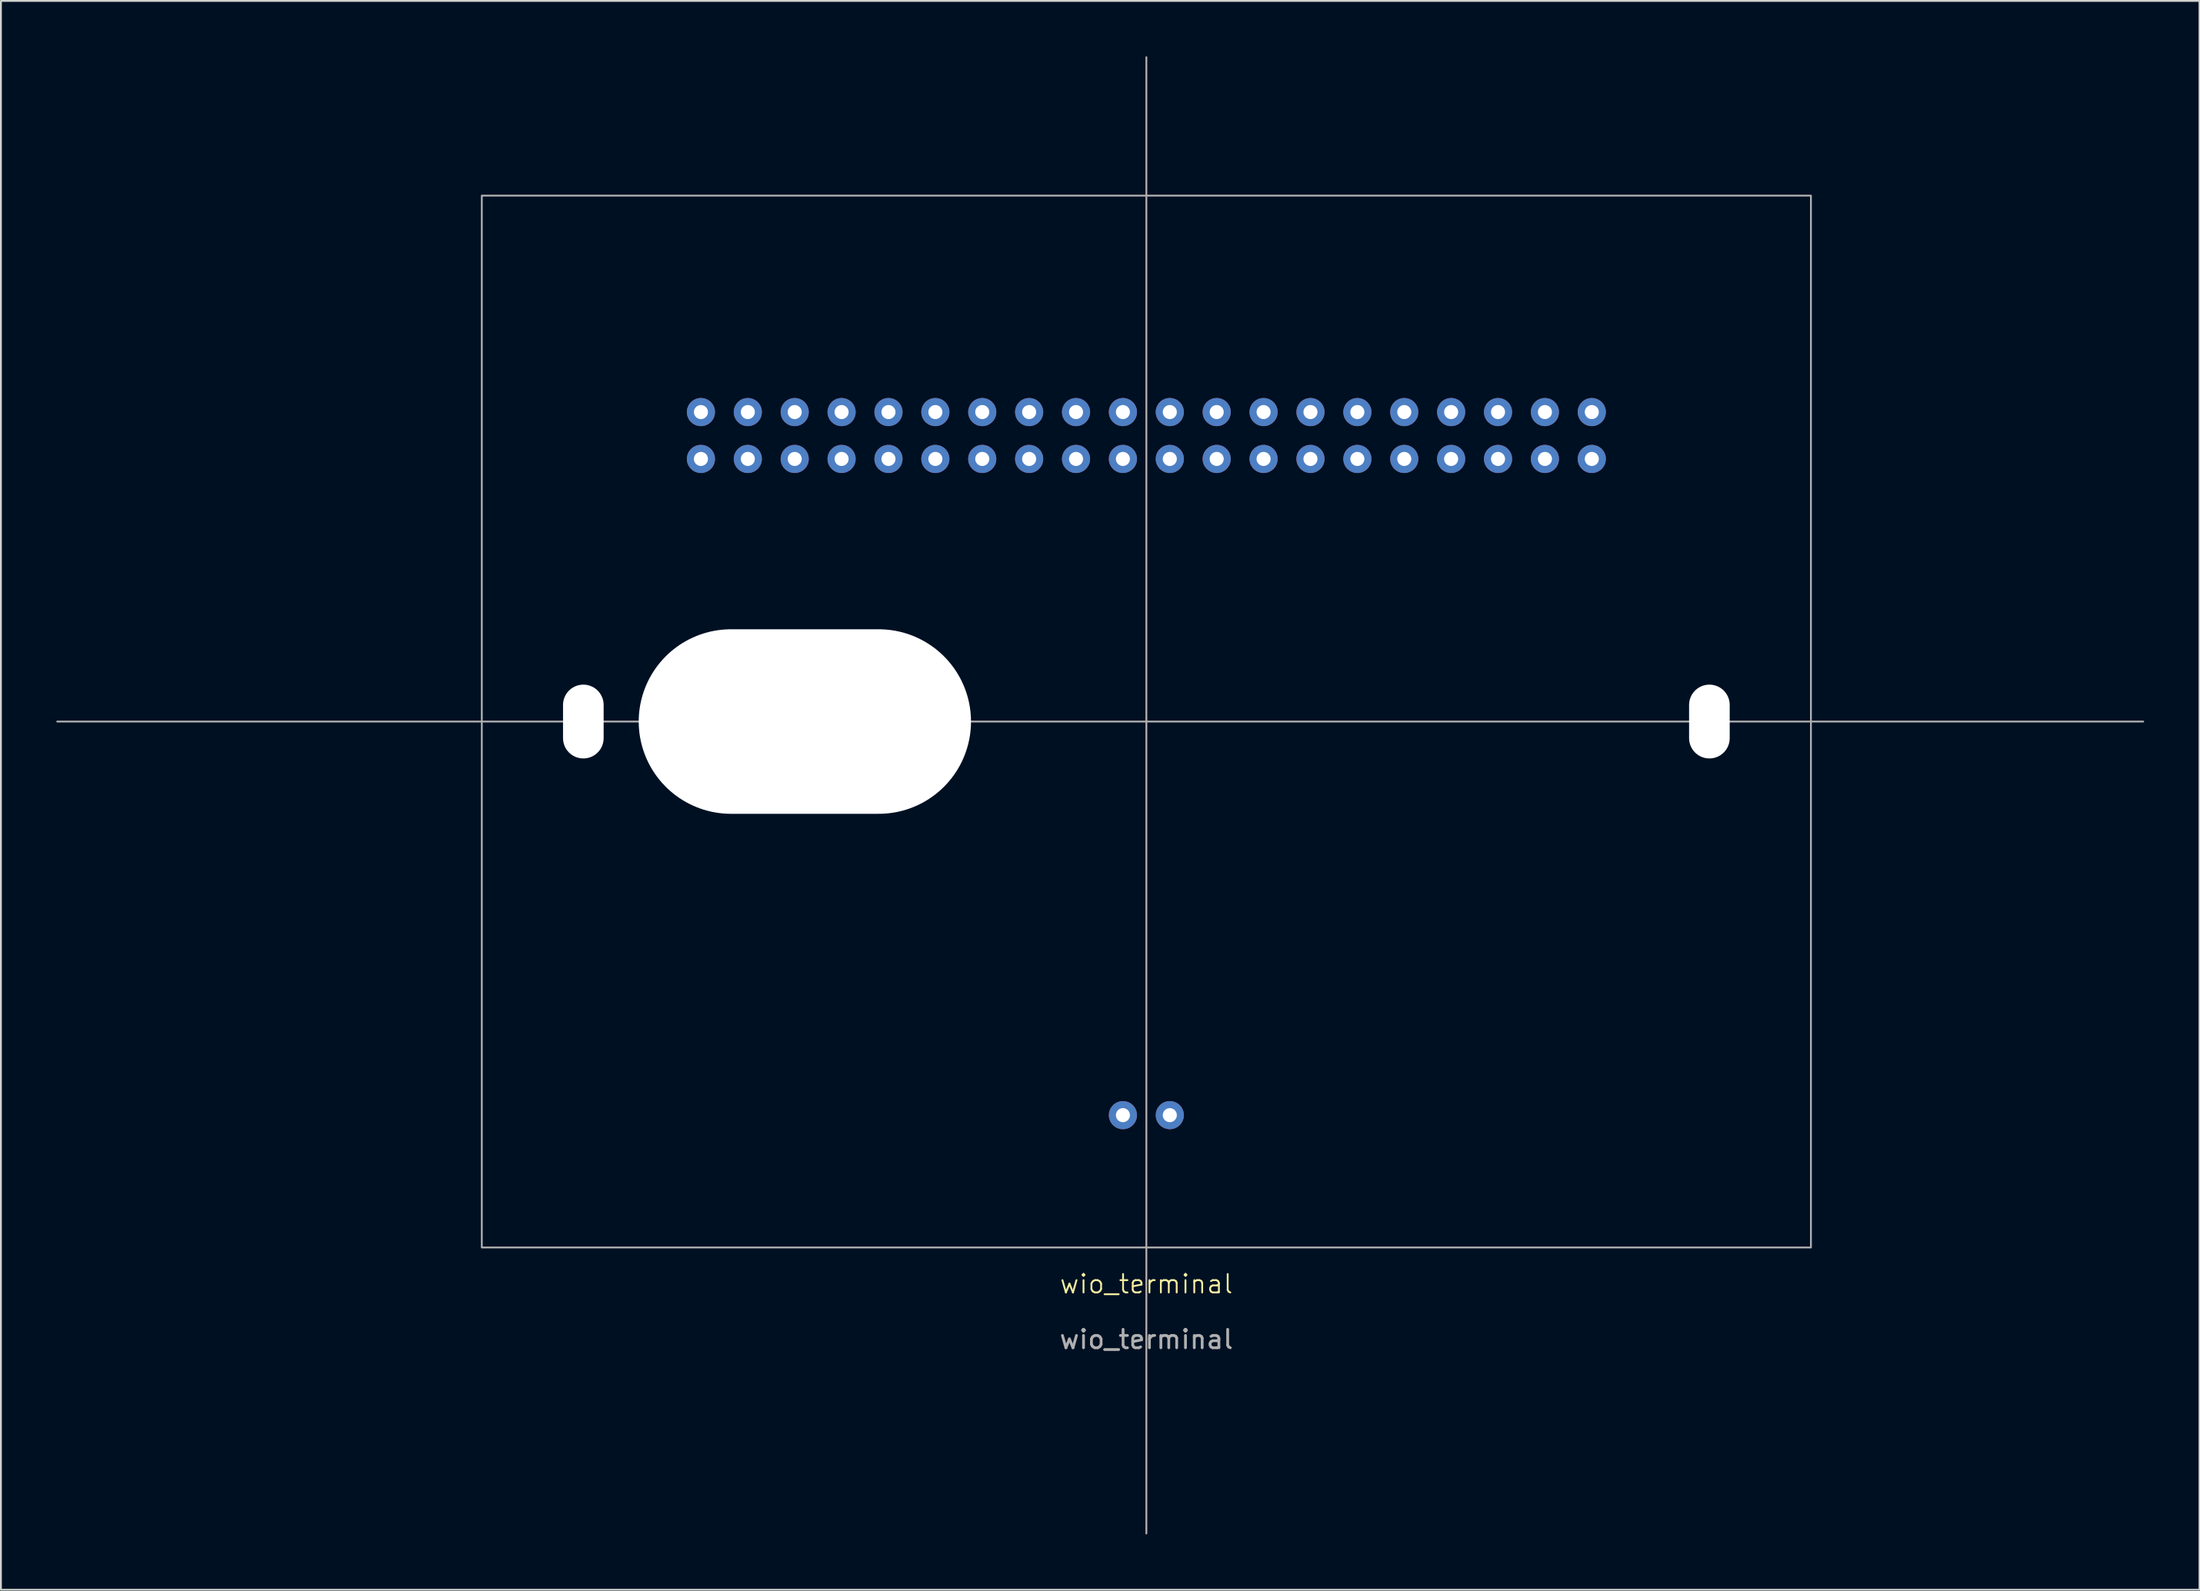
<source format=kicad_pcb>
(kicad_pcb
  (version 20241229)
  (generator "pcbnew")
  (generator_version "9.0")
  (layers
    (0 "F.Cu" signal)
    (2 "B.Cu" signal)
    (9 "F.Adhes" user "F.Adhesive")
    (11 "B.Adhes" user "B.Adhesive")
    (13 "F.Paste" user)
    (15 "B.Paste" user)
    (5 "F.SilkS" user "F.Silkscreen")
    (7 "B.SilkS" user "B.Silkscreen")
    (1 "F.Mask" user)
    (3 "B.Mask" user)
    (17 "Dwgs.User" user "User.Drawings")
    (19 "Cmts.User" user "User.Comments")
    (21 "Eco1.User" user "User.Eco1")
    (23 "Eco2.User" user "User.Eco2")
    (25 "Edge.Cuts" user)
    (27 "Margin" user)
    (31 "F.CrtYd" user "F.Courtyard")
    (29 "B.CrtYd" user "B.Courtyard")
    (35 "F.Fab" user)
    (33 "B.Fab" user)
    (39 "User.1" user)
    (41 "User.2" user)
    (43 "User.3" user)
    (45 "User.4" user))
  (footprint "wio_terminal"
    (layer "F.Cu")
    (at 59.05 36.05)
    (property "Reference" "wio_terminal" (at 0 30.48 0) (unlocked yes) (layer "F.SilkS") (effects (font (size 1 1) (thickness 0.1))))
    (attr through_hole)
    (fp_line (start -59 0) (end 54 0) (stroke (width 0.1) (type default)) (layer "F.Fab"))
    (fp_line (start 0 -36) (end 0 44) (stroke (width 0.1) (type default)) (layer "F.Fab"))
    (fp_rect (start -36 -28.5) (end 36 28.5) (stroke (width 0.1) (type default)) (fill no) (layer "F.Fab"))
    (fp_text user "${REFERENCE}" (at 0 33.48 0) (unlocked yes) (layer "F.Fab") (effects (font (size 1 1) (thickness 0.15))))
    (pad "" np_thru_hole oval (at -30.5 0) (size 2.2 4) (drill oval 2.2 4) (layers "*.Cu" "*.Mask"))
    (pad "" np_thru_hole oval (at -18.5 0) (size 18 10) (drill oval 18 10) (layers "*.Cu" "*.Mask"))
    (pad "" thru_hole circle (at -1.27 21.33) (size 1.524 1.524) (drill 0.762) (layers "*.Cu" "*.Mask"))
    (pad "" thru_hole circle (at 1.27 21.33) (size 1.524 1.524) (drill 0.762) (layers "*.Cu" "*.Mask"))
    (pad "" np_thru_hole oval (at 30.5 0) (size 2.2 4) (drill oval 2.2 4) (layers "*.Cu" "*.Mask"))
    (pad "1" thru_hole circle (at -24.13 -14.23) (size 1.524 1.524) (drill 0.762) (layers "*.Cu" "*.Mask"))
    (pad "2" thru_hole circle (at -24.13 -16.77) (size 1.524 1.524) (drill 0.762) (layers "*.Cu" "*.Mask"))
    (pad "3" thru_hole circle (at -21.59 -14.23) (size 1.524 1.524) (drill 0.762) (layers "*.Cu" "*.Mask"))
    (pad "4" thru_hole circle (at -21.59 -16.77) (size 1.524 1.524) (drill 0.762) (layers "*.Cu" "*.Mask"))
    (pad "5" thru_hole circle (at -19.05 -14.23) (size 1.524 1.524) (drill 0.762) (layers "*.Cu" "*.Mask"))
    (pad "6" thru_hole circle (at -19.05 -16.77) (size 1.524 1.524) (drill 0.762) (layers "*.Cu" "*.Mask"))
    (pad "7" thru_hole circle (at -16.51 -14.23) (size 1.524 1.524) (drill 0.762) (layers "*.Cu" "*.Mask"))
    (pad "8" thru_hole circle (at -16.51 -16.77) (size 1.524 1.524) (drill 0.762) (layers "*.Cu" "*.Mask"))
    (pad "9" thru_hole circle (at -13.97 -14.23) (size 1.524 1.524) (drill 0.762) (layers "*.Cu" "*.Mask"))
    (pad "10" thru_hole circle (at -13.97 -16.77) (size 1.524 1.524) (drill 0.762) (layers "*.Cu" "*.Mask"))
    (pad "11" thru_hole circle (at -11.43 -14.23) (size 1.524 1.524) (drill 0.762) (layers "*.Cu" "*.Mask"))
    (pad "12" thru_hole circle (at -11.43 -16.77) (size 1.524 1.524) (drill 0.762) (layers "*.Cu" "*.Mask"))
    (pad "13" thru_hole circle (at -8.89 -14.23) (size 1.524 1.524) (drill 0.762) (layers "*.Cu" "*.Mask"))
    (pad "14" thru_hole circle (at -8.89 -16.77) (size 1.524 1.524) (drill 0.762) (layers "*.Cu" "*.Mask"))
    (pad "15" thru_hole circle (at -6.35 -14.23) (size 1.524 1.524) (drill 0.762) (layers "*.Cu" "*.Mask"))
    (pad "16" thru_hole circle (at -6.35 -16.77) (size 1.524 1.524) (drill 0.762) (layers "*.Cu" "*.Mask"))
    (pad "17" thru_hole circle (at -3.81 -14.23) (size 1.524 1.524) (drill 0.762) (layers "*.Cu" "*.Mask"))
    (pad "18" thru_hole circle (at -3.81 -16.77) (size 1.524 1.524) (drill 0.762) (layers "*.Cu" "*.Mask"))
    (pad "19" thru_hole circle (at -1.27 -14.23) (size 1.524 1.524) (drill 0.762) (layers "*.Cu" "*.Mask"))
    (pad "20" thru_hole circle (at -1.27 -16.77) (size 1.524 1.524) (drill 0.762) (layers "*.Cu" "*.Mask"))
    (pad "21" thru_hole circle (at 1.27 -14.23) (size 1.524 1.524) (drill 0.762) (layers "*.Cu" "*.Mask"))
    (pad "22" thru_hole circle (at 1.27 -16.77) (size 1.524 1.524) (drill 0.762) (layers "*.Cu" "*.Mask"))
    (pad "23" thru_hole circle (at 3.81 -14.23) (size 1.524 1.524) (drill 0.762) (layers "*.Cu" "*.Mask"))
    (pad "24" thru_hole circle (at 3.81 -16.77) (size 1.524 1.524) (drill 0.762) (layers "*.Cu" "*.Mask"))
    (pad "25" thru_hole circle (at 6.35 -14.23) (size 1.524 1.524) (drill 0.762) (layers "*.Cu" "*.Mask"))
    (pad "26" thru_hole circle (at 6.35 -16.77) (size 1.524 1.524) (drill 0.762) (layers "*.Cu" "*.Mask"))
    (pad "27" thru_hole circle (at 8.89 -14.23) (size 1.524 1.524) (drill 0.762) (layers "*.Cu" "*.Mask"))
    (pad "28" thru_hole circle (at 8.89 -16.77) (size 1.524 1.524) (drill 0.762) (layers "*.Cu" "*.Mask"))
    (pad "29" thru_hole circle (at 11.43 -14.23) (size 1.524 1.524) (drill 0.762) (layers "*.Cu" "*.Mask"))
    (pad "30" thru_hole circle (at 11.43 -16.77) (size 1.524 1.524) (drill 0.762) (layers "*.Cu" "*.Mask"))
    (pad "31" thru_hole circle (at 13.97 -14.23) (size 1.524 1.524) (drill 0.762) (layers "*.Cu" "*.Mask"))
    (pad "32" thru_hole circle (at 13.97 -16.77) (size 1.524 1.524) (drill 0.762) (layers "*.Cu" "*.Mask"))
    (pad "33" thru_hole circle (at 16.51 -14.23) (size 1.524 1.524) (drill 0.762) (layers "*.Cu" "*.Mask"))
    (pad "34" thru_hole circle (at 16.51 -16.77) (size 1.524 1.524) (drill 0.762) (layers "*.Cu" "*.Mask"))
    (pad "35" thru_hole circle (at 19.05 -14.23) (size 1.524 1.524) (drill 0.762) (layers "*.Cu" "*.Mask"))
    (pad "36" thru_hole circle (at 19.05 -16.77) (size 1.524 1.524) (drill 0.762) (layers "*.Cu" "*.Mask"))
    (pad "37" thru_hole circle (at 21.59 -14.23) (size 1.524 1.524) (drill 0.762) (layers "*.Cu" "*.Mask"))
    (pad "38" thru_hole circle (at 21.59 -16.77) (size 1.524 1.524) (drill 0.762) (layers "*.Cu" "*.Mask"))
    (pad "39" thru_hole circle (at 24.13 -14.23) (size 1.524 1.524) (drill 0.762) (layers "*.Cu" "*.Mask"))
    (pad "40" thru_hole circle (at 24.13 -16.77) (size 1.524 1.524) (drill 0.762) (layers "*.Cu" "*.Mask")))
  (gr_rect
    (start -3 -3)
    (end 116.1 83.1)
    (stroke (width 0.1) (type default))
    (fill no)
    (layer "Edge.Cuts")))
</source>
